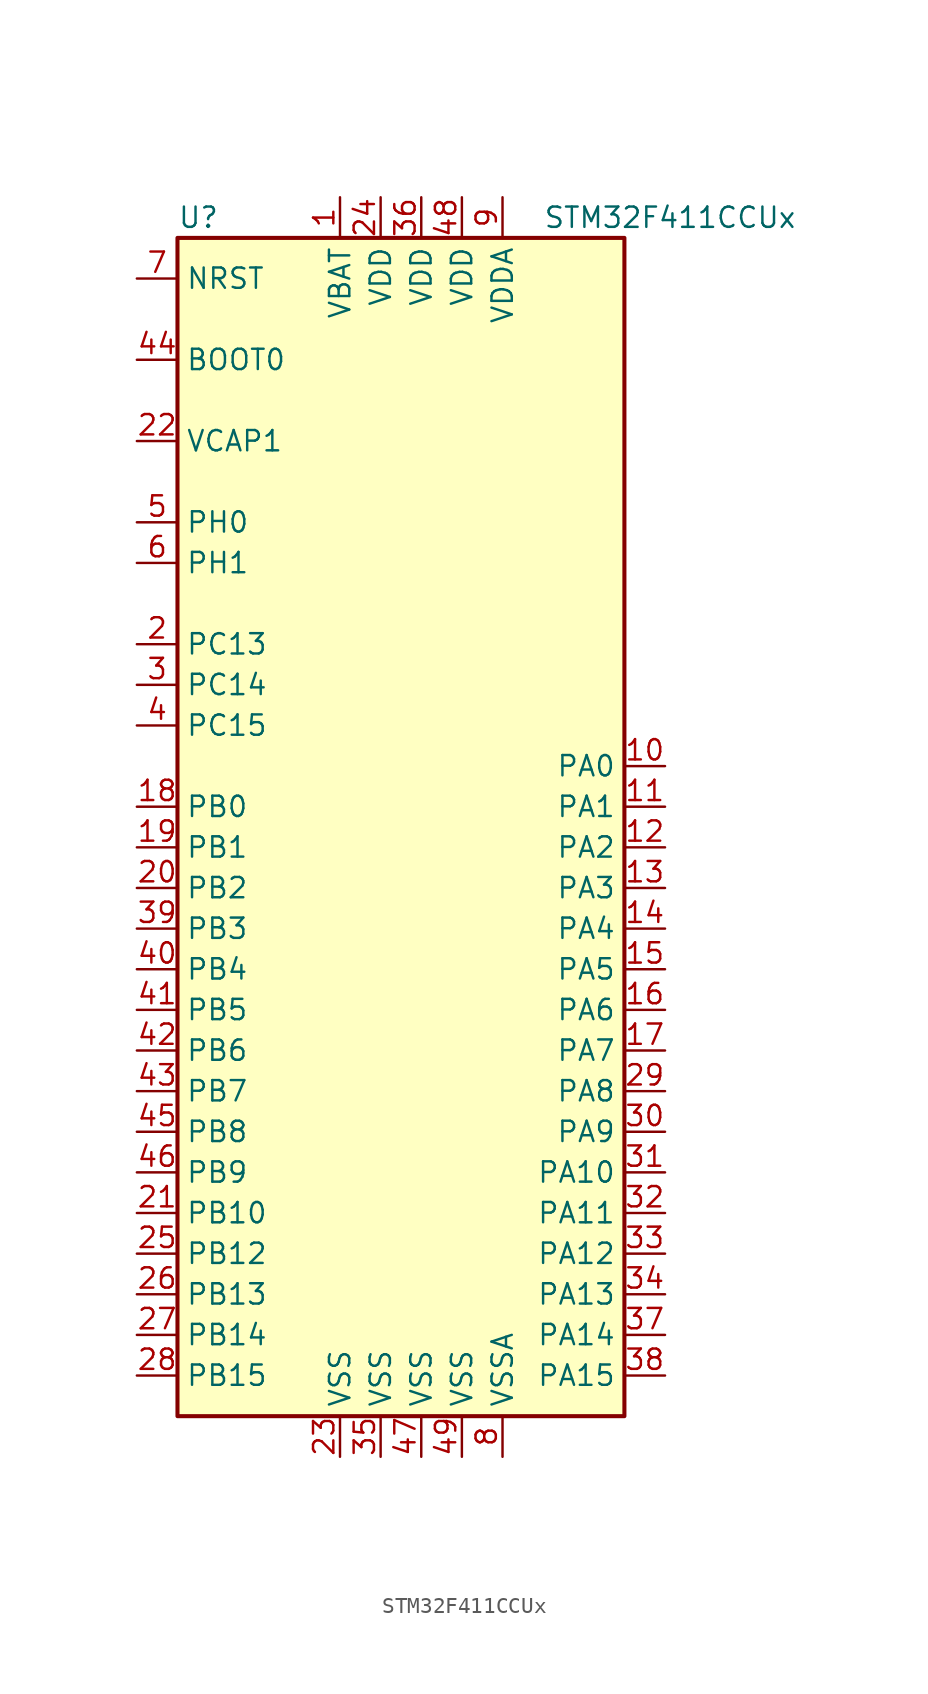
<source format=kicad_sym>
(kicad_symbol_lib
  (version 20220914)
  (generator kicad_symbol_editor)
  (symbol "STM32F411CCUx"
    (property "Reference" "U"
      (at -15.24 36.83 0)
      (effects (font (size 1.27 1.27)) (justify left)))
    (property "Value" "STM32F411CCUx"
      (at 7.62 36.83 0)
      (effects (font (size 1.27 1.27)) (justify left)))
    (symbol "STM32F411CCUx_0_1"
      (rectangle (start -15.24 -38.1) (end 12.7 35.56) (stroke (width 0.254) (type default)) (fill (type background))))
    (symbol "STM32F411CCUx_1_1"
      (pin power_in line (at -5.08 38.1 270) (length 2.54) (name "VBAT" (effects (font (size 1.27 1.27)))) (number "1" (effects (font (size 1.27 1.27)))))
      (pin bidirectional line (at 15.24 2.54 180) (length 2.54) (name "PA0" (effects (font (size 1.27 1.27)))) (number "10" (effects (font (size 1.27 1.27)))))
      (pin bidirectional line (at 15.24 0 180) (length 2.54) (name "PA1" (effects (font (size 1.27 1.27)))) (number "11" (effects (font (size 1.27 1.27)))))
      (pin bidirectional line (at 15.24 -2.54 180) (length 2.54) (name "PA2" (effects (font (size 1.27 1.27)))) (number "12" (effects (font (size 1.27 1.27)))))
      (pin bidirectional line (at 15.24 -5.08 180) (length 2.54) (name "PA3" (effects (font (size 1.27 1.27)))) (number "13" (effects (font (size 1.27 1.27)))))
      (pin bidirectional line (at 15.24 -7.62 180) (length 2.54) (name "PA4" (effects (font (size 1.27 1.27)))) (number "14" (effects (font (size 1.27 1.27)))))
      (pin bidirectional line (at 15.24 -10.16 180) (length 2.54) (name "PA5" (effects (font (size 1.27 1.27)))) (number "15" (effects (font (size 1.27 1.27)))))
      (pin bidirectional line (at 15.24 -12.7 180) (length 2.54) (name "PA6" (effects (font (size 1.27 1.27)))) (number "16" (effects (font (size 1.27 1.27)))))
      (pin bidirectional line (at 15.24 -15.24 180) (length 2.54) (name "PA7" (effects (font (size 1.27 1.27)))) (number "17" (effects (font (size 1.27 1.27)))))
      (pin bidirectional line (at -17.78 0 0) (length 2.54) (name "PB0" (effects (font (size 1.27 1.27)))) (number "18" (effects (font (size 1.27 1.27)))))
      (pin bidirectional line (at -17.78 -2.54 0) (length 2.54) (name "PB1" (effects (font (size 1.27 1.27)))) (number "19" (effects (font (size 1.27 1.27)))))
      (pin bidirectional line (at -17.78 10.16 0) (length 2.54) (name "PC13" (effects (font (size 1.27 1.27)))) (number "2" (effects (font (size 1.27 1.27)))))
      (pin bidirectional line (at -17.78 -5.08 0) (length 2.54) (name "PB2" (effects (font (size 1.27 1.27)))) (number "20" (effects (font (size 1.27 1.27)))))
      (pin bidirectional line (at -17.78 -25.4 0) (length 2.54) (name "PB10" (effects (font (size 1.27 1.27)))) (number "21" (effects (font (size 1.27 1.27)))))
      (pin power_in line (at -17.78 22.86 0) (length 2.54) (name "VCAP1" (effects (font (size 1.27 1.27)))) (number "22" (effects (font (size 1.27 1.27)))))
      (pin power_in line (at -5.08 -40.64 90) (length 2.54) (name "VSS" (effects (font (size 1.27 1.27)))) (number "23" (effects (font (size 1.27 1.27)))))
      (pin power_in line (at -2.54 38.1 270) (length 2.54) (name "VDD" (effects (font (size 1.27 1.27)))) (number "24" (effects (font (size 1.27 1.27)))))
      (pin bidirectional line (at -17.78 -27.94 0) (length 2.54) (name "PB12" (effects (font (size 1.27 1.27)))) (number "25" (effects (font (size 1.27 1.27)))))
      (pin bidirectional line (at -17.78 -30.48 0) (length 2.54) (name "PB13" (effects (font (size 1.27 1.27)))) (number "26" (effects (font (size 1.27 1.27)))))
      (pin bidirectional line (at -17.78 -33.02 0) (length 2.54) (name "PB14" (effects (font (size 1.27 1.27)))) (number "27" (effects (font (size 1.27 1.27)))))
      (pin bidirectional line (at -17.78 -35.56 0) (length 2.54) (name "PB15" (effects (font (size 1.27 1.27)))) (number "28" (effects (font (size 1.27 1.27)))))
      (pin bidirectional line (at 15.24 -17.78 180) (length 2.54) (name "PA8" (effects (font (size 1.27 1.27)))) (number "29" (effects (font (size 1.27 1.27)))))
      (pin bidirectional line (at -17.78 7.62 0) (length 2.54) (name "PC14" (effects (font (size 1.27 1.27)))) (number "3" (effects (font (size 1.27 1.27)))))
      (pin bidirectional line (at 15.24 -20.32 180) (length 2.54) (name "PA9" (effects (font (size 1.27 1.27)))) (number "30" (effects (font (size 1.27 1.27)))))
      (pin bidirectional line (at 15.24 -22.86 180) (length 2.54) (name "PA10" (effects (font (size 1.27 1.27)))) (number "31" (effects (font (size 1.27 1.27)))))
      (pin bidirectional line (at 15.24 -25.4 180) (length 2.54) (name "PA11" (effects (font (size 1.27 1.27)))) (number "32" (effects (font (size 1.27 1.27)))))
      (pin bidirectional line (at 15.24 -27.94 180) (length 2.54) (name "PA12" (effects (font (size 1.27 1.27)))) (number "33" (effects (font (size 1.27 1.27)))))
      (pin bidirectional line (at 15.24 -30.48 180) (length 2.54) (name "PA13" (effects (font (size 1.27 1.27)))) (number "34" (effects (font (size 1.27 1.27)))))
      (pin power_in line (at -2.54 -40.64 90) (length 2.54) (name "VSS" (effects (font (size 1.27 1.27)))) (number "35" (effects (font (size 1.27 1.27)))))
      (pin power_in line (at 0 38.1 270) (length 2.54) (name "VDD" (effects (font (size 1.27 1.27)))) (number "36" (effects (font (size 1.27 1.27)))))
      (pin bidirectional line (at 15.24 -33.02 180) (length 2.54) (name "PA14" (effects (font (size 1.27 1.27)))) (number "37" (effects (font (size 1.27 1.27)))))
      (pin bidirectional line (at 15.24 -35.56 180) (length 2.54) (name "PA15" (effects (font (size 1.27 1.27)))) (number "38" (effects (font (size 1.27 1.27)))))
      (pin bidirectional line (at -17.78 -7.62 0) (length 2.54) (name "PB3" (effects (font (size 1.27 1.27)))) (number "39" (effects (font (size 1.27 1.27)))))
      (pin bidirectional line (at -17.78 5.08 0) (length 2.54) (name "PC15" (effects (font (size 1.27 1.27)))) (number "4" (effects (font (size 1.27 1.27)))))
      (pin bidirectional line (at -17.78 -10.16 0) (length 2.54) (name "PB4" (effects (font (size 1.27 1.27)))) (number "40" (effects (font (size 1.27 1.27)))))
      (pin bidirectional line (at -17.78 -12.7 0) (length 2.54) (name "PB5" (effects (font (size 1.27 1.27)))) (number "41" (effects (font (size 1.27 1.27)))))
      (pin bidirectional line (at -17.78 -15.24 0) (length 2.54) (name "PB6" (effects (font (size 1.27 1.27)))) (number "42" (effects (font (size 1.27 1.27)))))
      (pin bidirectional line (at -17.78 -17.78 0) (length 2.54) (name "PB7" (effects (font (size 1.27 1.27)))) (number "43" (effects (font (size 1.27 1.27)))))
      (pin input line (at -17.78 27.94 0) (length 2.54) (name "BOOT0" (effects (font (size 1.27 1.27)))) (number "44" (effects (font (size 1.27 1.27)))))
      (pin bidirectional line (at -17.78 -20.32 0) (length 2.54) (name "PB8" (effects (font (size 1.27 1.27)))) (number "45" (effects (font (size 1.27 1.27)))))
      (pin bidirectional line (at -17.78 -22.86 0) (length 2.54) (name "PB9" (effects (font (size 1.27 1.27)))) (number "46" (effects (font (size 1.27 1.27)))))
      (pin power_in line (at 0 -40.64 90) (length 2.54) (name "VSS" (effects (font (size 1.27 1.27)))) (number "47" (effects (font (size 1.27 1.27)))))
      (pin power_in line (at 2.54 38.1 270) (length 2.54) (name "VDD" (effects (font (size 1.27 1.27)))) (number "48" (effects (font (size 1.27 1.27)))))
      (pin power_in line (at 2.54 -40.64 90) (length 2.54) (name "VSS" (effects (font (size 1.27 1.27)))) (number "49" (effects (font (size 1.27 1.27)))))
      (pin input line (at -17.78 17.78 0) (length 2.54) (name "PH0" (effects (font (size 1.27 1.27)))) (number "5" (effects (font (size 1.27 1.27)))))
      (pin input line (at -17.78 15.24 0) (length 2.54) (name "PH1" (effects (font (size 1.27 1.27)))) (number "6" (effects (font (size 1.27 1.27)))))
      (pin input line (at -17.78 33.02 0) (length 2.54) (name "NRST" (effects (font (size 1.27 1.27)))) (number "7" (effects (font (size 1.27 1.27)))))
      (pin power_in line (at 5.08 -40.64 90) (length 2.54) (name "VSSA" (effects (font (size 1.27 1.27)))) (number "8" (effects (font (size 1.27 1.27)))))
      (pin power_in line (at 5.08 38.1 270) (length 2.54) (name "VDDA" (effects (font (size 1.27 1.27)))) (number "9" (effects (font (size 1.27 1.27))))))))
</source>
